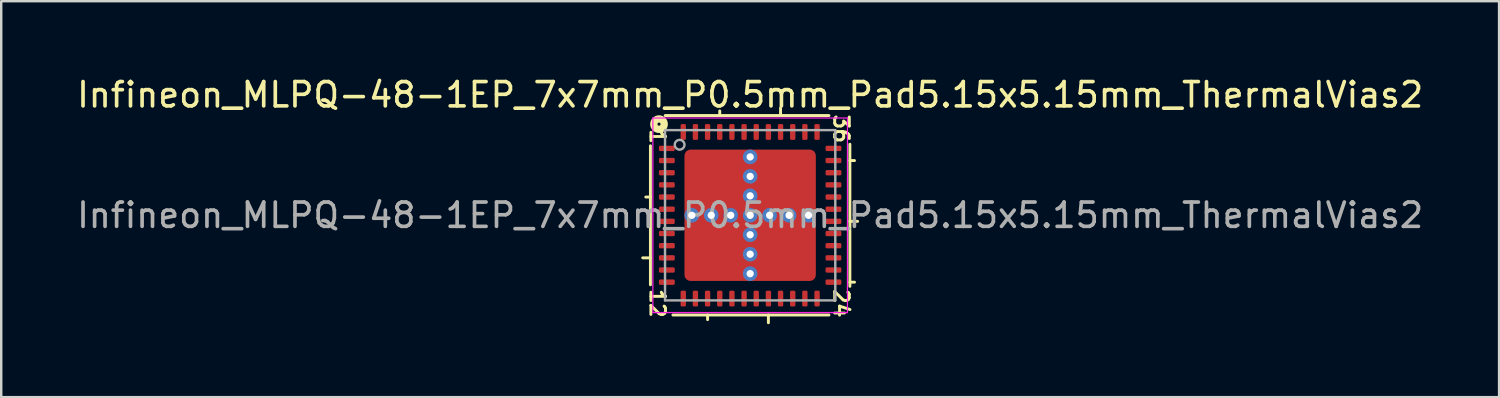
<source format=kicad_pcb>
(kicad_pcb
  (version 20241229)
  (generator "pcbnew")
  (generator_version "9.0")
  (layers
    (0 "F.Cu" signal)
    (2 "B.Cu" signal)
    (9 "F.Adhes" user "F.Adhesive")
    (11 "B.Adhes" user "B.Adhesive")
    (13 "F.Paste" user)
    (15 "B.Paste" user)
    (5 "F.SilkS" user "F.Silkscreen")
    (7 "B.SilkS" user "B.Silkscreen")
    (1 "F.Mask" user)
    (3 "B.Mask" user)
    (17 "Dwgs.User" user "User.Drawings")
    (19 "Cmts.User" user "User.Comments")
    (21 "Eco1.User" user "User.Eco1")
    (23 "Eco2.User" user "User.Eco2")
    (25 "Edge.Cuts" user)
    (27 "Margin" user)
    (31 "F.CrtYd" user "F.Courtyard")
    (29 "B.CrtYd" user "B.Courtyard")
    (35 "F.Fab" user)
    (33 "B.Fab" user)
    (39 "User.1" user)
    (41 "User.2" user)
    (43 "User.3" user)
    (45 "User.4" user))
  (footprint "Infineon_MLPQ-48-1EP_7x7mm_P0.5mm_Pad5.15x5.15mm_ThermalVias2"
    (layer "F.Cu")
    (at 27.792 5.801)
    (property "Reference" "Infineon_MLPQ-48-1EP_7x7mm_P0.5mm_Pad5.15x5.15mm_ThermalVias2" (at 0 -4.953 0) (layer "F.SilkS") (effects (font (size 1 1) (thickness 0.15))))
    (attr smd)
    (fp_line (start -4.418 1.75) (end -4.1 1.75) (stroke (width 0.12) (type solid)) (layer "F.SilkS"))
    (fp_line (start -4.29 -0.75) (end -4.1 -0.75) (stroke (width 0.12) (type solid)) (layer "F.SilkS"))
    (fp_line (start -4.1 -2.857) (end -4.1 2.857) (stroke (width 0.12) (type solid)) (layer "F.SilkS"))
    (fp_line (start -3.175 4.1) (end 3.239 4.1) (stroke (width 0.12) (type solid)) (layer "F.SilkS"))
    (fp_line (start -1.75 4.29) (end -1.75 4.1) (stroke (width 0.12) (type solid)) (layer "F.SilkS"))
    (fp_line (start -1.25 -4.29) (end -1.25 -4.1) (stroke (width 0.12) (type solid)) (layer "F.SilkS"))
    (fp_line (start 0.75 4.418) (end 0.75 4.1) (stroke (width 0.12) (type solid)) (layer "F.SilkS"))
    (fp_line (start 1.25 -4.418) (end 1.25 -4.1) (stroke (width 0.12) (type solid)) (layer "F.SilkS"))
    (fp_line (start 3.239 -4.1) (end -3.493 -4.1) (stroke (width 0.12) (type solid)) (layer "F.SilkS"))
    (fp_line (start 4.1 2.921) (end 4.1 -2.921) (stroke (width 0.12) (type solid)) (layer "F.SilkS"))
    (fp_line (start 4.29 -2.25) (end 4.1 -2.25) (stroke (width 0.12) (type solid)) (layer "F.SilkS"))
    (fp_line (start 4.29 2.75) (end 4.1 2.75) (stroke (width 0.12) (type solid)) (layer "F.SilkS"))
    (fp_line (start 4.418 0.25) (end 4.1 0.25) (stroke (width 0.12) (type solid)) (layer "F.SilkS"))
    (fp_circle (center -3.747 -3.747) (end -3.683 -3.747) (stroke (width 0.3) (type solid)) (fill no) (layer "F.SilkS"))
    (fp_line (start -4 -4) (end -4 4) (stroke (width 0.05) (type solid)) (layer "F.CrtYd"))
    (fp_line (start -4 4) (end 4 4) (stroke (width 0.05) (type solid)) (layer "F.CrtYd"))
    (fp_line (start 4 -4) (end -4 -4) (stroke (width 0.05) (type solid)) (layer "F.CrtYd"))
    (fp_line (start 4 4) (end 4 -4) (stroke (width 0.05) (type solid)) (layer "F.CrtYd"))
    (fp_line (start -3.5 3.5) (end -3.5 -3.5) (stroke (width 0.1) (type solid)) (layer "F.Fab"))
    (fp_line (start 3.5 -3.5) (end -3.5 -3.5) (stroke (width 0.1) (type solid)) (layer "F.Fab"))
    (fp_line (start 3.5 -3.5) (end 3.5 3.5) (stroke (width 0.1) (type solid)) (layer "F.Fab"))
    (fp_line (start 3.5 3.5) (end -3.5 3.5) (stroke (width 0.1) (type solid)) (layer "F.Fab"))
    (fp_circle (center -2.9 -2.9) (end -2.7 -2.9) (stroke (width 0.1) (type solid)) (fill no) (layer "F.Fab"))
    (fp_text user "12" (at -3.81 3.619 270) (unlocked yes) (layer "F.SilkS") (effects (font (size 0.6 0.6) (thickness 0.12))))
    (fp_text user "36" (at 3.747 -3.556 270) (unlocked yes) (layer "F.SilkS") (effects (font (size 0.6 0.6) (thickness 0.12))))
    (fp_text user "24" (at 3.747 3.619 270) (unlocked yes) (layer "F.SilkS") (effects (font (size 0.6 0.6) (thickness 0.12))))
    (fp_text user "1" (at -3.81 -3.239 270) (unlocked yes) (layer "F.SilkS") (effects (font (size 0.6 0.6) (thickness 0.12))))
    (fp_text user "${REFERENCE}" (at 0 0 0) (layer "F.Fab") (effects (font (size 1 1) (thickness 0.15))))
    (pad "" smd roundrect (at -2.05 0.875) (size 0.85 0.95) (layers "F.Paste") (roundrect_rratio 0.25))
    (pad "" smd roundrect (at -2.05 2.025) (size 0.85 0.95) (layers "F.Paste") (roundrect_rratio 0.25))
    (pad "" smd roundrect (at -2.025 -2.025) (size 0.85 0.95) (layers "F.Paste") (roundrect_rratio 0.25) (chamfer_ratio 0.4) (chamfer top_left))
    (pad "" smd roundrect (at -2.025 -0.875) (size 0.85 0.95) (layers "F.Paste") (roundrect_rratio 0.25))
    (pad "" smd roundrect (at -1.438 -1.438) (size 2.275 2.275) (layers "F.Mask") (roundrect_rratio 0.11) (chamfer_ratio 0.18) (chamfer top_left))
    (pad "" smd roundrect (at -1.438 1.438) (size 2.275 2.275) (layers "F.Mask") (roundrect_rratio 0.11))
    (pad "" smd roundrect (at -0.875 0.875) (size 0.9 0.95) (layers "F.Paste") (roundrect_rratio 0.25))
    (pad "" smd roundrect (at -0.875 2.025) (size 0.9 0.95) (layers "F.Paste") (roundrect_rratio 0.25))
    (pad "" smd roundrect (at -0.85 -2.025) (size 0.9 0.95) (layers "F.Paste") (roundrect_rratio 0.25))
    (pad "" smd roundrect (at -0.85 -0.875) (size 0.9 0.95) (layers "F.Paste") (roundrect_rratio 0.25))
    (pad "" smd roundrect (at 0.825 -2.025) (size 0.85 0.95) (layers "F.Paste") (roundrect_rratio 0.25))
    (pad "" smd roundrect (at 0.825 -0.875) (size 0.85 0.95) (layers "F.Paste") (roundrect_rratio 0.25))
    (pad "" smd roundrect (at 0.85 0.875) (size 0.85 0.95) (layers "F.Paste") (roundrect_rratio 0.25))
    (pad "" smd roundrect (at 0.85 2.025) (size 0.85 0.95) (layers "F.Paste") (roundrect_rratio 0.25))
    (pad "" smd roundrect (at 1.438 -1.438) (size 2.275 2.275) (layers "F.Mask") (roundrect_rratio 0.11))
    (pad "" smd roundrect (at 1.438 1.438) (size 2.275 2.275) (layers "F.Mask") (roundrect_rratio 0.11))
    (pad "" smd roundrect (at 2 -2.025) (size 0.9 0.95) (layers "F.Paste") (roundrect_rratio 0.25))
    (pad "" smd roundrect (at 2 -0.875) (size 0.9 0.95) (layers "F.Paste") (roundrect_rratio 0.25))
    (pad "" smd roundrect (at 2.025 0.875) (size 0.9 0.95) (layers "F.Paste") (roundrect_rratio 0.25))
    (pad "" smd roundrect (at 2.025 2.025) (size 0.9 0.95) (layers "F.Paste") (roundrect_rratio 0.25))
    (pad "1" smd roundrect (at -3.425 -2.75) (size 0.65 0.22) (layers "F.Cu" "F.Mask" "F.Paste") (roundrect_rratio 0.25))
    (pad "2" smd roundrect (at -3.425 -2.25) (size 0.65 0.22) (layers "F.Cu" "F.Mask" "F.Paste") (roundrect_rratio 0.25))
    (pad "3" smd roundrect (at -3.425 -1.75) (size 0.65 0.22) (layers "F.Cu" "F.Mask" "F.Paste") (roundrect_rratio 0.25))
    (pad "4" smd roundrect (at -3.425 -1.25) (size 0.65 0.22) (layers "F.Cu" "F.Mask" "F.Paste") (roundrect_rratio 0.25))
    (pad "5" smd roundrect (at -3.425 -0.75) (size 0.65 0.22) (layers "F.Cu" "F.Mask" "F.Paste") (roundrect_rratio 0.25))
    (pad "6" smd roundrect (at -3.425 -0.25) (size 0.65 0.22) (layers "F.Cu" "F.Mask" "F.Paste") (roundrect_rratio 0.25))
    (pad "7" smd roundrect (at -3.425 0.25) (size 0.65 0.22) (layers "F.Cu" "F.Mask" "F.Paste") (roundrect_rratio 0.25))
    (pad "8" smd roundrect (at -3.425 0.75) (size 0.65 0.22) (layers "F.Cu" "F.Mask" "F.Paste") (roundrect_rratio 0.25))
    (pad "9" smd roundrect (at -3.425 1.25) (size 0.65 0.22) (layers "F.Cu" "F.Mask" "F.Paste") (roundrect_rratio 0.25))
    (pad "10" smd roundrect (at -3.425 1.75) (size 0.65 0.22) (layers "F.Cu" "F.Mask" "F.Paste") (roundrect_rratio 0.25))
    (pad "11" smd roundrect (at -3.425 2.25) (size 0.65 0.22) (layers "F.Cu" "F.Mask" "F.Paste") (roundrect_rratio 0.25))
    (pad "12" smd roundrect (at -3.425 2.75) (size 0.65 0.22) (layers "F.Cu" "F.Mask" "F.Paste") (roundrect_rratio 0.25))
    (pad "13" smd roundrect (at -2.75 3.425) (size 0.22 0.65) (layers "F.Cu" "F.Mask" "F.Paste") (roundrect_rratio 0.25))
    (pad "14" smd roundrect (at -2.25 3.425) (size 0.22 0.65) (layers "F.Cu" "F.Mask" "F.Paste") (roundrect_rratio 0.25))
    (pad "15" smd roundrect (at -1.75 3.425) (size 0.22 0.65) (layers "F.Cu" "F.Mask" "F.Paste") (roundrect_rratio 0.25))
    (pad "16" smd roundrect (at -1.25 3.425) (size 0.22 0.65) (layers "F.Cu" "F.Mask" "F.Paste") (roundrect_rratio 0.25))
    (pad "17" smd roundrect (at -0.75 3.425) (size 0.22 0.65) (layers "F.Cu" "F.Mask" "F.Paste") (roundrect_rratio 0.25))
    (pad "18" smd roundrect (at -0.25 3.425) (size 0.22 0.65) (layers "F.Cu" "F.Mask" "F.Paste") (roundrect_rratio 0.25))
    (pad "19" smd roundrect (at 0.25 3.425) (size 0.22 0.65) (layers "F.Cu" "F.Mask" "F.Paste") (roundrect_rratio 0.25))
    (pad "20" smd roundrect (at 0.75 3.425) (size 0.22 0.65) (layers "F.Cu" "F.Mask" "F.Paste") (roundrect_rratio 0.25))
    (pad "21" smd roundrect (at 1.25 3.425) (size 0.22 0.65) (layers "F.Cu" "F.Mask" "F.Paste") (roundrect_rratio 0.25))
    (pad "22" smd roundrect (at 1.75 3.425) (size 0.22 0.65) (layers "F.Cu" "F.Mask" "F.Paste") (roundrect_rratio 0.25))
    (pad "23" smd roundrect (at 2.25 3.425) (size 0.22 0.65) (layers "F.Cu" "F.Mask" "F.Paste") (roundrect_rratio 0.25))
    (pad "24" smd roundrect (at 2.75 3.425) (size 0.22 0.65) (layers "F.Cu" "F.Mask" "F.Paste") (roundrect_rratio 0.25))
    (pad "25" smd roundrect (at 3.425 2.75) (size 0.65 0.22) (layers "F.Cu" "F.Mask" "F.Paste") (roundrect_rratio 0.25))
    (pad "26" smd roundrect (at 3.425 2.25) (size 0.65 0.22) (layers "F.Cu" "F.Mask" "F.Paste") (roundrect_rratio 0.25))
    (pad "27" smd roundrect (at 3.425 1.75) (size 0.65 0.22) (layers "F.Cu" "F.Mask" "F.Paste") (roundrect_rratio 0.25))
    (pad "28" smd roundrect (at 3.425 1.25) (size 0.65 0.22) (layers "F.Cu" "F.Mask" "F.Paste") (roundrect_rratio 0.25))
    (pad "29" smd roundrect (at 3.425 0.75) (size 0.65 0.22) (layers "F.Cu" "F.Mask" "F.Paste") (roundrect_rratio 0.25))
    (pad "30" smd roundrect (at 3.425 0.25) (size 0.65 0.22) (layers "F.Cu" "F.Mask" "F.Paste") (roundrect_rratio 0.25))
    (pad "31" smd roundrect (at 3.425 -0.25) (size 0.65 0.22) (layers "F.Cu" "F.Mask" "F.Paste") (roundrect_rratio 0.25))
    (pad "32" smd roundrect (at 3.425 -0.75) (size 0.65 0.22) (layers "F.Cu" "F.Mask" "F.Paste") (roundrect_rratio 0.25))
    (pad "33" smd roundrect (at 3.425 -1.25) (size 0.65 0.22) (layers "F.Cu" "F.Mask" "F.Paste") (roundrect_rratio 0.25))
    (pad "34" smd roundrect (at 3.425 -1.75) (size 0.65 0.22) (layers "F.Cu" "F.Mask" "F.Paste") (roundrect_rratio 0.25))
    (pad "35" smd roundrect (at 3.425 -2.25) (size 0.65 0.22) (layers "F.Cu" "F.Mask" "F.Paste") (roundrect_rratio 0.25))
    (pad "36" smd roundrect (at 3.425 -2.75) (size 0.65 0.22) (layers "F.Cu" "F.Mask" "F.Paste") (roundrect_rratio 0.25))
    (pad "37" smd roundrect (at 2.75 -3.425) (size 0.22 0.65) (layers "F.Cu" "F.Mask" "F.Paste") (roundrect_rratio 0.25))
    (pad "38" smd roundrect (at 2.25 -3.425) (size 0.22 0.65) (layers "F.Cu" "F.Mask" "F.Paste") (roundrect_rratio 0.25))
    (pad "39" smd roundrect (at 1.75 -3.425) (size 0.22 0.65) (layers "F.Cu" "F.Mask" "F.Paste") (roundrect_rratio 0.25))
    (pad "40" smd roundrect (at 1.25 -3.425) (size 0.22 0.65) (layers "F.Cu" "F.Mask" "F.Paste") (roundrect_rratio 0.25))
    (pad "41" smd roundrect (at 0.75 -3.425) (size 0.22 0.65) (layers "F.Cu" "F.Mask" "F.Paste") (roundrect_rratio 0.25))
    (pad "42" smd roundrect (at 0.25 -3.425) (size 0.22 0.65) (layers "F.Cu" "F.Mask" "F.Paste") (roundrect_rratio 0.25))
    (pad "43" smd roundrect (at -0.25 -3.425) (size 0.22 0.65) (layers "F.Cu" "F.Mask" "F.Paste") (roundrect_rratio 0.25))
    (pad "44" smd roundrect (at -0.75 -3.425) (size 0.22 0.65) (layers "F.Cu" "F.Mask" "F.Paste") (roundrect_rratio 0.25))
    (pad "45" smd roundrect (at -1.25 -3.425) (size 0.22 0.65) (layers "F.Cu" "F.Mask" "F.Paste") (roundrect_rratio 0.25))
    (pad "46" smd roundrect (at -1.75 -3.425) (size 0.22 0.65) (layers "F.Cu" "F.Mask" "F.Paste") (roundrect_rratio 0.25))
    (pad "47" smd roundrect (at -2.25 -3.425) (size 0.22 0.65) (layers "F.Cu" "F.Mask" "F.Paste") (roundrect_rratio 0.25))
    (pad "48" smd roundrect (at -2.75 -3.425) (size 0.22 0.65) (layers "F.Cu" "F.Mask" "F.Paste") (roundrect_rratio 0.25))
    (pad "49" thru_hole circle (at -2.4 0) (size 0.6 0.6) (drill 0.3) (property pad_prop_heatsink) (layers "*.Cu" "*.Mask"))
    (pad "49" thru_hole circle (at -1.6 0) (size 0.6 0.6) (drill 0.3) (property pad_prop_heatsink) (layers "*.Cu" "*.Mask"))
    (pad "49" thru_hole circle (at -0.8 0) (size 0.6 0.6) (drill 0.3) (property pad_prop_heatsink) (layers "*.Cu" "*.Mask"))
    (pad "49" thru_hole circle (at 0 -2.4) (size 0.6 0.6) (drill 0.3) (property pad_prop_heatsink) (layers "*.Cu" "*.Mask"))
    (pad "49" thru_hole circle (at 0 -1.6) (size 0.6 0.6) (drill 0.3) (property pad_prop_heatsink) (layers "*.Cu" "*.Mask"))
    (pad "49" thru_hole circle (at 0 -0.8) (size 0.6 0.6) (drill 0.3) (property pad_prop_heatsink) (layers "*.Cu" "*.Mask"))
    (pad "49" thru_hole circle (at 0 0) (size 0.6 0.6) (drill 0.3) (property pad_prop_heatsink) (layers "*.Cu" "*.Mask"))
    (pad "49" smd roundrect (at 0 0) (size 5.4 5.4) (layers "F.Cu") (roundrect_rratio 0.046))
    (pad "49" thru_hole circle (at 0 0.8) (size 0.6 0.6) (drill 0.3) (property pad_prop_heatsink) (layers "*.Cu" "*.Mask"))
    (pad "49" thru_hole circle (at 0 1.6) (size 0.6 0.6) (drill 0.3) (property pad_prop_heatsink) (layers "*.Cu" "*.Mask"))
    (pad "49" thru_hole circle (at 0 2.4) (size 0.6 0.6) (drill 0.3) (property pad_prop_heatsink) (layers "*.Cu" "*.Mask"))
    (pad "49" thru_hole circle (at 0.8 0) (size 0.6 0.6) (drill 0.3) (property pad_prop_heatsink) (layers "*.Cu" "*.Mask"))
    (pad "49" thru_hole circle (at 1.6 0) (size 0.6 0.6) (drill 0.3) (property pad_prop_heatsink) (layers "*.Cu" "*.Mask"))
    (pad "49" thru_hole circle (at 2.4 0) (size 0.6 0.6) (drill 0.3) (property pad_prop_heatsink) (layers "*.Cu" "*.Mask")))
  (gr_rect
    (start -3 -3)
    (end 58.583 13.279)
    (stroke (width 0.1) (type default))
    (fill no)
    (layer "Edge.Cuts")))
</source>
